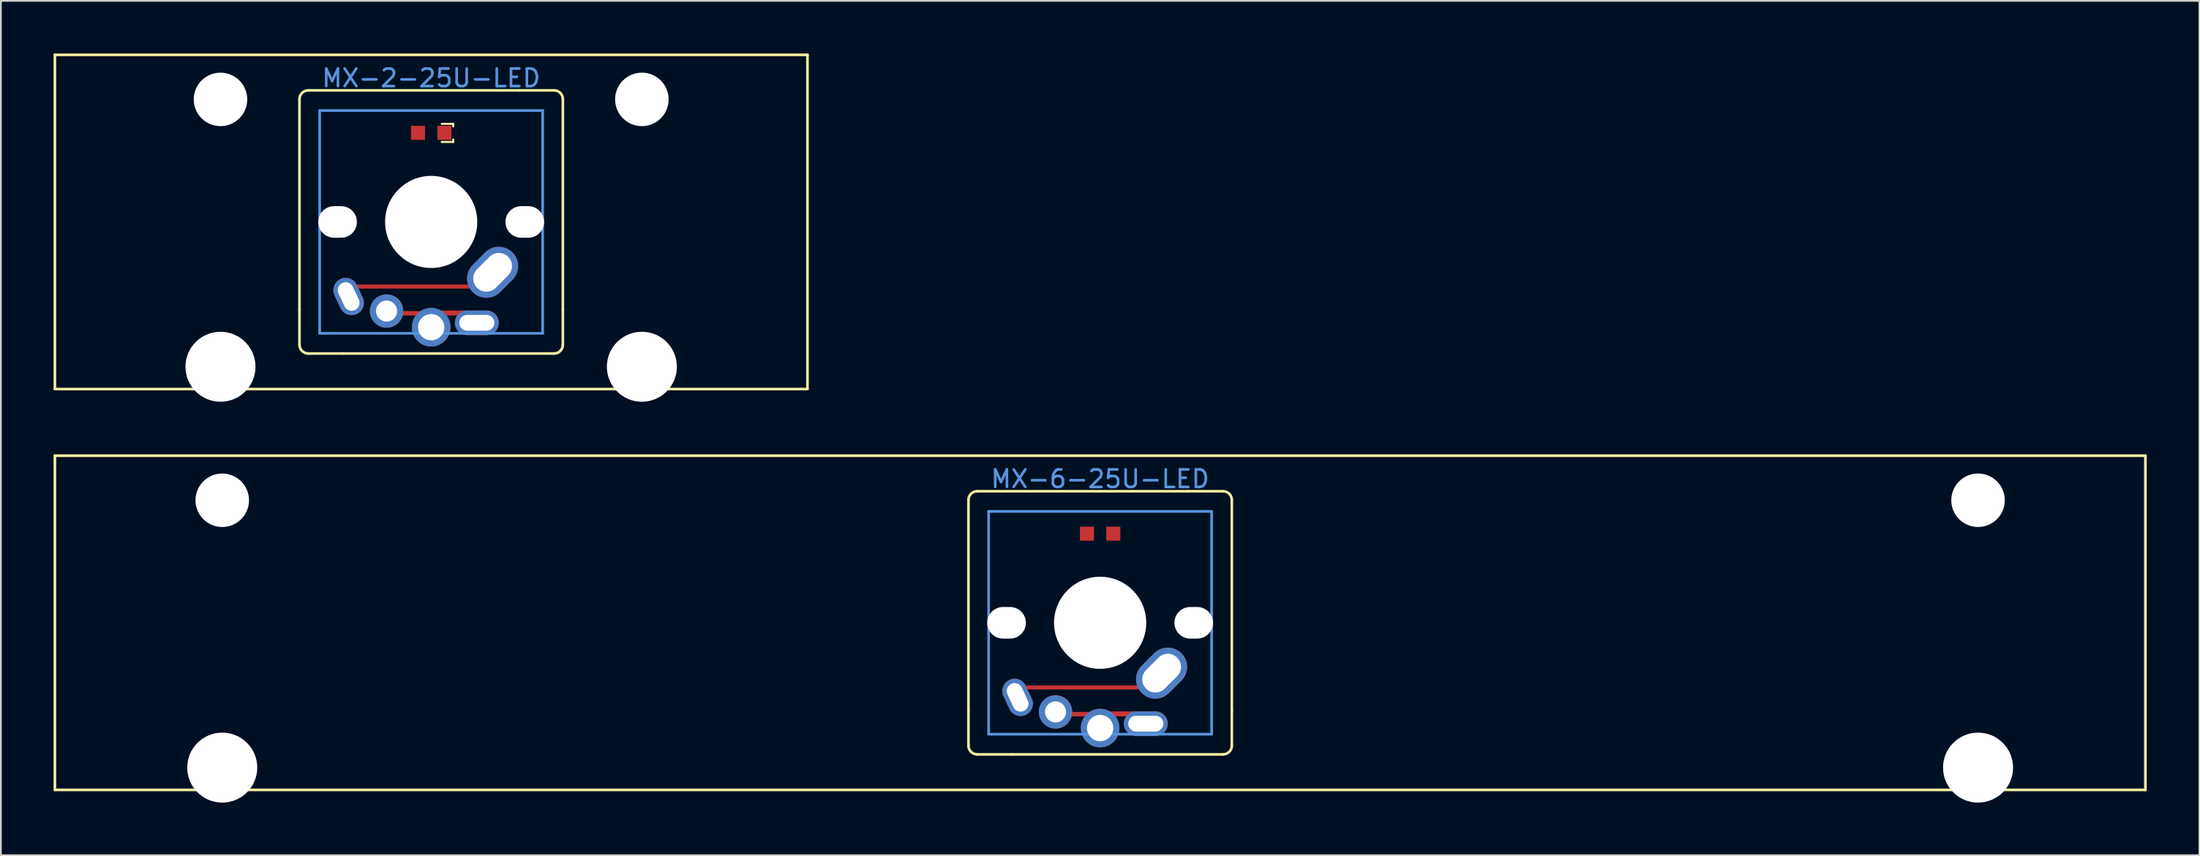
<source format=kicad_pcb>
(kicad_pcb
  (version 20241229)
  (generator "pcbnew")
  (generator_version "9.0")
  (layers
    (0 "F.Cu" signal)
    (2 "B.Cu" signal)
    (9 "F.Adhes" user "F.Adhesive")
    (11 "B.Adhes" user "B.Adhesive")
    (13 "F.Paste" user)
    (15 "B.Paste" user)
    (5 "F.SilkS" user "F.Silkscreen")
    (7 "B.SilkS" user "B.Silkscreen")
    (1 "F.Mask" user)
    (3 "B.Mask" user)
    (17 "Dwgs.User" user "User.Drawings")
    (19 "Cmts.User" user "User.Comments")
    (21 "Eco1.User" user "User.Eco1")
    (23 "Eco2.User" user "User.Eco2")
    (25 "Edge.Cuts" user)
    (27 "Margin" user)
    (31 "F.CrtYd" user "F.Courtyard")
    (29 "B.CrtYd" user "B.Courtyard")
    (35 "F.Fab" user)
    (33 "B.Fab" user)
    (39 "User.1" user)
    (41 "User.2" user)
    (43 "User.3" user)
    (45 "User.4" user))
  (footprint "MX-2-25U-LED"
    (layer "F.Cu")
    (at 21.507 4.521)
    (property "Reference" "MX-2-25U-LED" (at 0 -3.12 0) (layer "Cmts.User") (effects (font (size 1 1) (thickness 0.15))))
    (fp_line (start -21.431 -4.445) (end 21.431 -4.445) (stroke (width 0.152) (type solid)) (layer "F.SilkS"))
    (fp_line (start -21.431 14.605) (end -21.431 -4.445) (stroke (width 0.152) (type solid)) (layer "F.SilkS"))
    (fp_line (start -7.5 -1.92) (end -7.5 10.08) (stroke (width 0.15) (type solid)) (layer "F.SilkS"))
    (fp_line (start -7.5 12.08) (end -7.5 10.08) (stroke (width 0.15) (type solid)) (layer "F.SilkS"))
    (fp_line (start -7 -2.42) (end 5 -2.42) (stroke (width 0.15) (type solid)) (layer "F.SilkS"))
    (fp_line (start -7 12.58) (end -5 12.58) (stroke (width 0.15) (type solid)) (layer "F.SilkS"))
    (fp_line (start 0.605 -0.51) (end 1.255 -0.51) (stroke (width 0.12) (type solid)) (layer "F.SilkS"))
    (fp_line (start 0.605 0.52) (end 1.255 0.52) (stroke (width 0.12) (type solid)) (layer "F.SilkS"))
    (fp_line (start 1.255 -0.51) (end 1.255 -0.37) (stroke (width 0.12) (type solid)) (layer "F.SilkS"))
    (fp_line (start 1.255 0.52) (end 1.255 0.38) (stroke (width 0.12) (type solid)) (layer "F.SilkS"))
    (fp_line (start 7 -2.42) (end 5 -2.42) (stroke (width 0.15) (type solid)) (layer "F.SilkS"))
    (fp_line (start 7 12.58) (end -5 12.58) (stroke (width 0.15) (type solid)) (layer "F.SilkS"))
    (fp_line (start 7.5 -1.92) (end 7.5 10.08) (stroke (width 0.15) (type solid)) (layer "F.SilkS"))
    (fp_line (start 7.5 12.08) (end 7.5 10.08) (stroke (width 0.15) (type solid)) (layer "F.SilkS"))
    (fp_line (start 21.431 -4.445) (end 21.431 14.605) (stroke (width 0.152) (type solid)) (layer "F.SilkS"))
    (fp_line (start 21.431 14.605) (end -21.431 14.605) (stroke (width 0.152) (type solid)) (layer "F.SilkS"))
    (fp_arc (start -7.5 -1.92) (mid -7.353553 -2.273553) (end -7 -2.42) (stroke (width 0.15) (type solid)) (layer "F.SilkS"))
    (fp_arc (start -7 12.58) (mid -7.353553 12.433553) (end -7.5 12.08) (stroke (width 0.15) (type solid)) (layer "F.SilkS"))
    (fp_arc (start 7 -2.42) (mid 7.353553 -2.273553) (end 7.5 -1.92) (stroke (width 0.15) (type solid)) (layer "F.SilkS"))
    (fp_arc (start 7.5 12.08) (mid 7.353553 12.433553) (end 7 12.58) (stroke (width 0.15) (type solid)) (layer "F.SilkS"))
    (fp_line (start -6.35 -1.27) (end 6.35 -1.27) (stroke (width 0.152) (type solid)) (layer "Cmts.User"))
    (fp_line (start -6.35 11.43) (end -6.35 -1.27) (stroke (width 0.152) (type solid)) (layer "Cmts.User"))
    (fp_line (start 6.35 -1.27) (end 6.35 11.43) (stroke (width 0.152) (type solid)) (layer "Cmts.User"))
    (fp_line (start 6.35 11.43) (end -6.35 11.43) (stroke (width 0.152) (type solid)) (layer "Cmts.User"))
    (fp_line (start -7.798 -0.925) (end -6.985 -0.925) (stroke (width 0.152) (type solid)) (layer "Eco2.User"))
    (fp_line (start -7.798 2.576) (end -7.798 -0.925) (stroke (width 0.152) (type solid)) (layer "Eco2.User"))
    (fp_line (start -7.798 7.584) (end -6.985 7.584) (stroke (width 0.152) (type solid)) (layer "Eco2.User"))
    (fp_line (start -7.798 11.085) (end -7.798 7.584) (stroke (width 0.152) (type solid)) (layer "Eco2.User"))
    (fp_line (start -6.985 -1.905) (end 6.985 -1.905) (stroke (width 0.152) (type solid)) (layer "Eco2.User"))
    (fp_line (start -6.985 -0.925) (end -6.985 -1.905) (stroke (width 0.152) (type solid)) (layer "Eco2.User"))
    (fp_line (start -6.985 2.576) (end -7.798 2.576) (stroke (width 0.152) (type solid)) (layer "Eco2.User"))
    (fp_line (start -6.985 7.584) (end -6.985 2.576) (stroke (width 0.152) (type solid)) (layer "Eco2.User"))
    (fp_line (start -6.985 11.085) (end -7.798 11.085) (stroke (width 0.152) (type solid)) (layer "Eco2.User"))
    (fp_line (start -6.985 12.065) (end -6.985 11.085) (stroke (width 0.152) (type solid)) (layer "Eco2.User"))
    (fp_line (start 6.985 -1.905) (end 6.985 -0.925) (stroke (width 0.152) (type solid)) (layer "Eco2.User"))
    (fp_line (start 6.985 -0.925) (end 7.798 -0.925) (stroke (width 0.152) (type solid)) (layer "Eco2.User"))
    (fp_line (start 6.985 2.576) (end 6.985 7.584) (stroke (width 0.152) (type solid)) (layer "Eco2.User"))
    (fp_line (start 6.985 7.584) (end 7.798 7.584) (stroke (width 0.152) (type solid)) (layer "Eco2.User"))
    (fp_line (start 6.985 11.085) (end 6.985 12.065) (stroke (width 0.152) (type solid)) (layer "Eco2.User"))
    (fp_line (start 6.985 12.065) (end -6.985 12.065) (stroke (width 0.152) (type solid)) (layer "Eco2.User"))
    (fp_line (start 7.798 -0.925) (end 7.798 2.576) (stroke (width 0.152) (type solid)) (layer "Eco2.User"))
    (fp_line (start 7.798 2.576) (end 6.985 2.576) (stroke (width 0.152) (type solid)) (layer "Eco2.User"))
    (fp_line (start 7.798 7.584) (end 7.798 11.085) (stroke (width 0.152) (type solid)) (layer "Eco2.User"))
    (fp_line (start 7.798 11.085) (end 6.985 11.085) (stroke (width 0.152) (type solid)) (layer "Eco2.User"))
    (pad "" np_thru_hole circle (at -12 -1.905 180) (size 3.048 3.048) (drill 3.048) (layers "*.Cu" "*.Mask"))
    (pad "" np_thru_hole circle (at -12 13.335 180) (size 3.988 3.988) (drill 3.988) (layers "*.Cu" "*.Mask"))
    (pad "" np_thru_hole oval (at -5.33 5.08 270) (size 1.8 2.2) (drill oval 1.8 2.2) (layers "*.Cu" "*.Mask"))
    (pad "" np_thru_hole circle (at 0 5.08 180) (size 5.25 5.25) (drill 5.25) (layers "*.Cu" "*.Mask"))
    (pad "" np_thru_hole oval (at 5.33 5.08 270) (size 1.8 2.2) (drill oval 1.8 2.2) (layers "*.Cu" "*.Mask"))
    (pad "" np_thru_hole circle (at 12 -1.905 180) (size 3.048 3.048) (drill 3.048) (layers "*.Cu" "*.Mask"))
    (pad "" np_thru_hole circle (at 12 13.335 180) (size 3.988 3.988) (drill 3.988) (layers "*.Cu" "*.Mask"))
    (pad "1" thru_hole oval (at -4.7 9.33 205) (size 1.4 2.2) (drill oval 0.9 1.7) (layers "*.Cu" "*.Mask"))
    (pad "1" smd rect (at -1.219 8.763 270) (size 0.229 6.833) (layers "F.Cu" "F.Mask" "F.Paste"))
    (pad "1" thru_hole oval (at 3.5 7.95 225) (size 3.2 2.2) (drill oval 2.5 1.5) (layers "*.Cu" "*.Mask"))
    (pad "2" thru_hole circle (at -2.54 10.16 90) (size 1.9 1.9) (drill 1.2) (layers "*.Cu" "*.Mask"))
    (pad "2" smd rect (at -1.27 10.287 270) (size 0.254 1.312) (layers "F.Cu" "F.Mask" "F.Paste"))
    (pad "2" thru_hole circle (at 0 11.08 90) (size 2.2 2.2) (drill 1.5) (layers "*.Cu" "*.Mask"))
    (pad "2" smd rect (at 1.26 10.272 270) (size 0.284 1.758) (layers "F.Cu" "F.Mask" "F.Paste"))
    (pad "2" thru_hole oval (at 2.6 10.83 270) (size 1.4 2.5) (drill oval 0.9 2) (layers "*.Cu" "*.Mask"))
    (pad "3" smd rect (at 0.75 0 90) (size 0.8 0.8) (layers "F.Cu" "F.Mask" "F.Paste"))
    (pad "4" smd rect (at -0.75 0 90) (size 0.8 0.8) (layers "F.Cu" "F.Mask" "F.Paste")))
  (footprint "MX-6-25U-LED"
    (layer "F.Cu")
    (at 59.607 32.451)
    (property "Reference" "MX-6-25U-LED" (at 0 -8.2 0) (layer "Cmts.User") (effects (font (size 1 1) (thickness 0.15))))
    (attr through_hole)
    (fp_line (start -59.531 -9.525) (end 59.531 -9.525) (stroke (width 0.152) (type solid)) (layer "F.SilkS"))
    (fp_line (start -59.531 9.525) (end -59.531 -9.525) (stroke (width 0.152) (type solid)) (layer "F.SilkS"))
    (fp_line (start -7.5 -7) (end -7.5 5) (stroke (width 0.15) (type solid)) (layer "F.SilkS"))
    (fp_line (start -7.5 7) (end -7.5 5) (stroke (width 0.15) (type solid)) (layer "F.SilkS"))
    (fp_line (start -7 -7.5) (end 5 -7.5) (stroke (width 0.15) (type solid)) (layer "F.SilkS"))
    (fp_line (start -7 7.5) (end -5 7.5) (stroke (width 0.15) (type solid)) (layer "F.SilkS"))
    (fp_line (start 7 -7.5) (end 5 -7.5) (stroke (width 0.15) (type solid)) (layer "F.SilkS"))
    (fp_line (start 7 7.5) (end -5 7.5) (stroke (width 0.15) (type solid)) (layer "F.SilkS"))
    (fp_line (start 7.5 -7) (end 7.5 5) (stroke (width 0.15) (type solid)) (layer "F.SilkS"))
    (fp_line (start 7.5 7) (end 7.5 5) (stroke (width 0.15) (type solid)) (layer "F.SilkS"))
    (fp_line (start 59.531 -9.525) (end 59.531 9.525) (stroke (width 0.152) (type solid)) (layer "F.SilkS"))
    (fp_line (start 59.531 9.525) (end -59.531 9.525) (stroke (width 0.152) (type solid)) (layer "F.SilkS"))
    (fp_arc (start -7.5 -7) (mid -7.353553 -7.353553) (end -7 -7.5) (stroke (width 0.15) (type solid)) (layer "F.SilkS"))
    (fp_arc (start -7 7.5) (mid -7.353553 7.353553) (end -7.5 7) (stroke (width 0.15) (type solid)) (layer "F.SilkS"))
    (fp_arc (start 7 -7.5) (mid 7.353553 -7.353553) (end 7.5 -7) (stroke (width 0.15) (type solid)) (layer "F.SilkS"))
    (fp_arc (start 7.5 7) (mid 7.353553 7.353553) (end 7 7.5) (stroke (width 0.15) (type solid)) (layer "F.SilkS"))
    (fp_line (start -6.35 -6.35) (end 6.35 -6.35) (stroke (width 0.152) (type solid)) (layer "Cmts.User"))
    (fp_line (start -6.35 6.35) (end -6.35 -6.35) (stroke (width 0.152) (type solid)) (layer "Cmts.User"))
    (fp_line (start 6.35 -6.35) (end 6.35 6.35) (stroke (width 0.152) (type solid)) (layer "Cmts.User"))
    (fp_line (start 6.35 6.35) (end -6.35 6.35) (stroke (width 0.152) (type solid)) (layer "Cmts.User"))
    (fp_line (start -7.798 -6.005) (end -6.985 -6.005) (stroke (width 0.152) (type solid)) (layer "Eco2.User"))
    (fp_line (start -7.798 -2.504) (end -7.798 -6.005) (stroke (width 0.152) (type solid)) (layer "Eco2.User"))
    (fp_line (start -7.798 2.504) (end -6.985 2.504) (stroke (width 0.152) (type solid)) (layer "Eco2.User"))
    (fp_line (start -7.798 6.005) (end -7.798 2.504) (stroke (width 0.152) (type solid)) (layer "Eco2.User"))
    (fp_line (start -6.985 -6.985) (end 6.985 -6.985) (stroke (width 0.152) (type solid)) (layer "Eco2.User"))
    (fp_line (start -6.985 -6.005) (end -6.985 -6.985) (stroke (width 0.152) (type solid)) (layer "Eco2.User"))
    (fp_line (start -6.985 -2.504) (end -7.798 -2.504) (stroke (width 0.152) (type solid)) (layer "Eco2.User"))
    (fp_line (start -6.985 2.504) (end -6.985 -2.504) (stroke (width 0.152) (type solid)) (layer "Eco2.User"))
    (fp_line (start -6.985 6.005) (end -7.798 6.005) (stroke (width 0.152) (type solid)) (layer "Eco2.User"))
    (fp_line (start -6.985 6.985) (end -6.985 6.005) (stroke (width 0.152) (type solid)) (layer "Eco2.User"))
    (fp_line (start 6.985 -6.985) (end 6.985 -6.005) (stroke (width 0.152) (type solid)) (layer "Eco2.User"))
    (fp_line (start 6.985 -6.005) (end 7.798 -6.005) (stroke (width 0.152) (type solid)) (layer "Eco2.User"))
    (fp_line (start 6.985 -2.504) (end 6.985 2.504) (stroke (width 0.152) (type solid)) (layer "Eco2.User"))
    (fp_line (start 6.985 2.504) (end 7.798 2.504) (stroke (width 0.152) (type solid)) (layer "Eco2.User"))
    (fp_line (start 6.985 6.005) (end 6.985 6.985) (stroke (width 0.152) (type solid)) (layer "Eco2.User"))
    (fp_line (start 6.985 6.985) (end -6.985 6.985) (stroke (width 0.152) (type solid)) (layer "Eco2.User"))
    (fp_line (start 7.798 -6.005) (end 7.798 -2.504) (stroke (width 0.152) (type solid)) (layer "Eco2.User"))
    (fp_line (start 7.798 -2.504) (end 6.985 -2.504) (stroke (width 0.152) (type solid)) (layer "Eco2.User"))
    (fp_line (start 7.798 2.504) (end 7.798 6.005) (stroke (width 0.152) (type solid)) (layer "Eco2.User"))
    (fp_line (start 7.798 6.005) (end 6.985 6.005) (stroke (width 0.152) (type solid)) (layer "Eco2.User"))
    (pad "" np_thru_hole circle (at -50 -6.985 180) (size 3.048 3.048) (drill 3.048) (layers "*.Cu" "*.Mask"))
    (pad "" np_thru_hole circle (at -50 8.255 180) (size 3.988 3.988) (drill 3.988) (layers "*.Cu" "*.Mask"))
    (pad "" np_thru_hole oval (at -5.33 0 270) (size 1.8 2.2) (drill oval 1.8 2.2) (layers "*.Cu" "*.Mask"))
    (pad "" np_thru_hole circle (at 0 0 180) (size 5.25 5.25) (drill 5.25) (layers "*.Cu" "*.Mask"))
    (pad "" np_thru_hole oval (at 5.33 0 270) (size 1.8 2.2) (drill oval 1.8 2.2) (layers "*.Cu" "*.Mask"))
    (pad "" np_thru_hole circle (at 50 -6.985 180) (size 3.048 3.048) (drill 3.048) (layers "*.Cu" "*.Mask"))
    (pad "" np_thru_hole circle (at 50 8.255 180) (size 3.988 3.988) (drill 3.988) (layers "*.Cu" "*.Mask"))
    (pad "1" thru_hole oval (at -4.7 4.25 205) (size 1.4 2.2) (drill oval 0.9 1.7) (layers "*.Cu" "*.Mask"))
    (pad "1" smd rect (at -1.219 3.683 270) (size 0.229 6.833) (layers "F.Cu" "F.Mask" "F.Paste"))
    (pad "1" thru_hole oval (at 3.5 2.87 225) (size 3.2 2.2) (drill oval 2.5 1.5) (layers "*.Cu" "*.Mask"))
    (pad "2" thru_hole circle (at -2.54 5.08 90) (size 1.9 1.9) (drill 1.2) (layers "*.Cu" "*.Mask"))
    (pad "2" smd rect (at -1.27 5.207 270) (size 0.254 1.312) (layers "F.Cu" "F.Mask" "F.Paste"))
    (pad "2" thru_hole circle (at 0 6 90) (size 2.2 2.2) (drill 1.5) (layers "*.Cu" "*.Mask"))
    (pad "2" smd rect (at 1.26 5.192 270) (size 0.284 1.758) (layers "F.Cu" "F.Mask" "F.Paste"))
    (pad "2" thru_hole oval (at 2.6 5.75 270) (size 1.4 2.5) (drill oval 0.9 2) (layers "*.Cu" "*.Mask"))
    (pad "3" smd rect (at 0.75 -5.08 90) (size 0.8 0.8) (layers "F.Cu" "F.Mask" "F.Paste"))
    (pad "4" smd rect (at -0.75 -5.08 90) (size 0.8 0.8) (layers "F.Cu" "F.Mask" "F.Paste")))
  (gr_rect
    (start -3 -3)
    (end 122.215 45.7)
    (stroke (width 0.1) (type default))
    (fill no)
    (layer "Edge.Cuts")))
</source>
